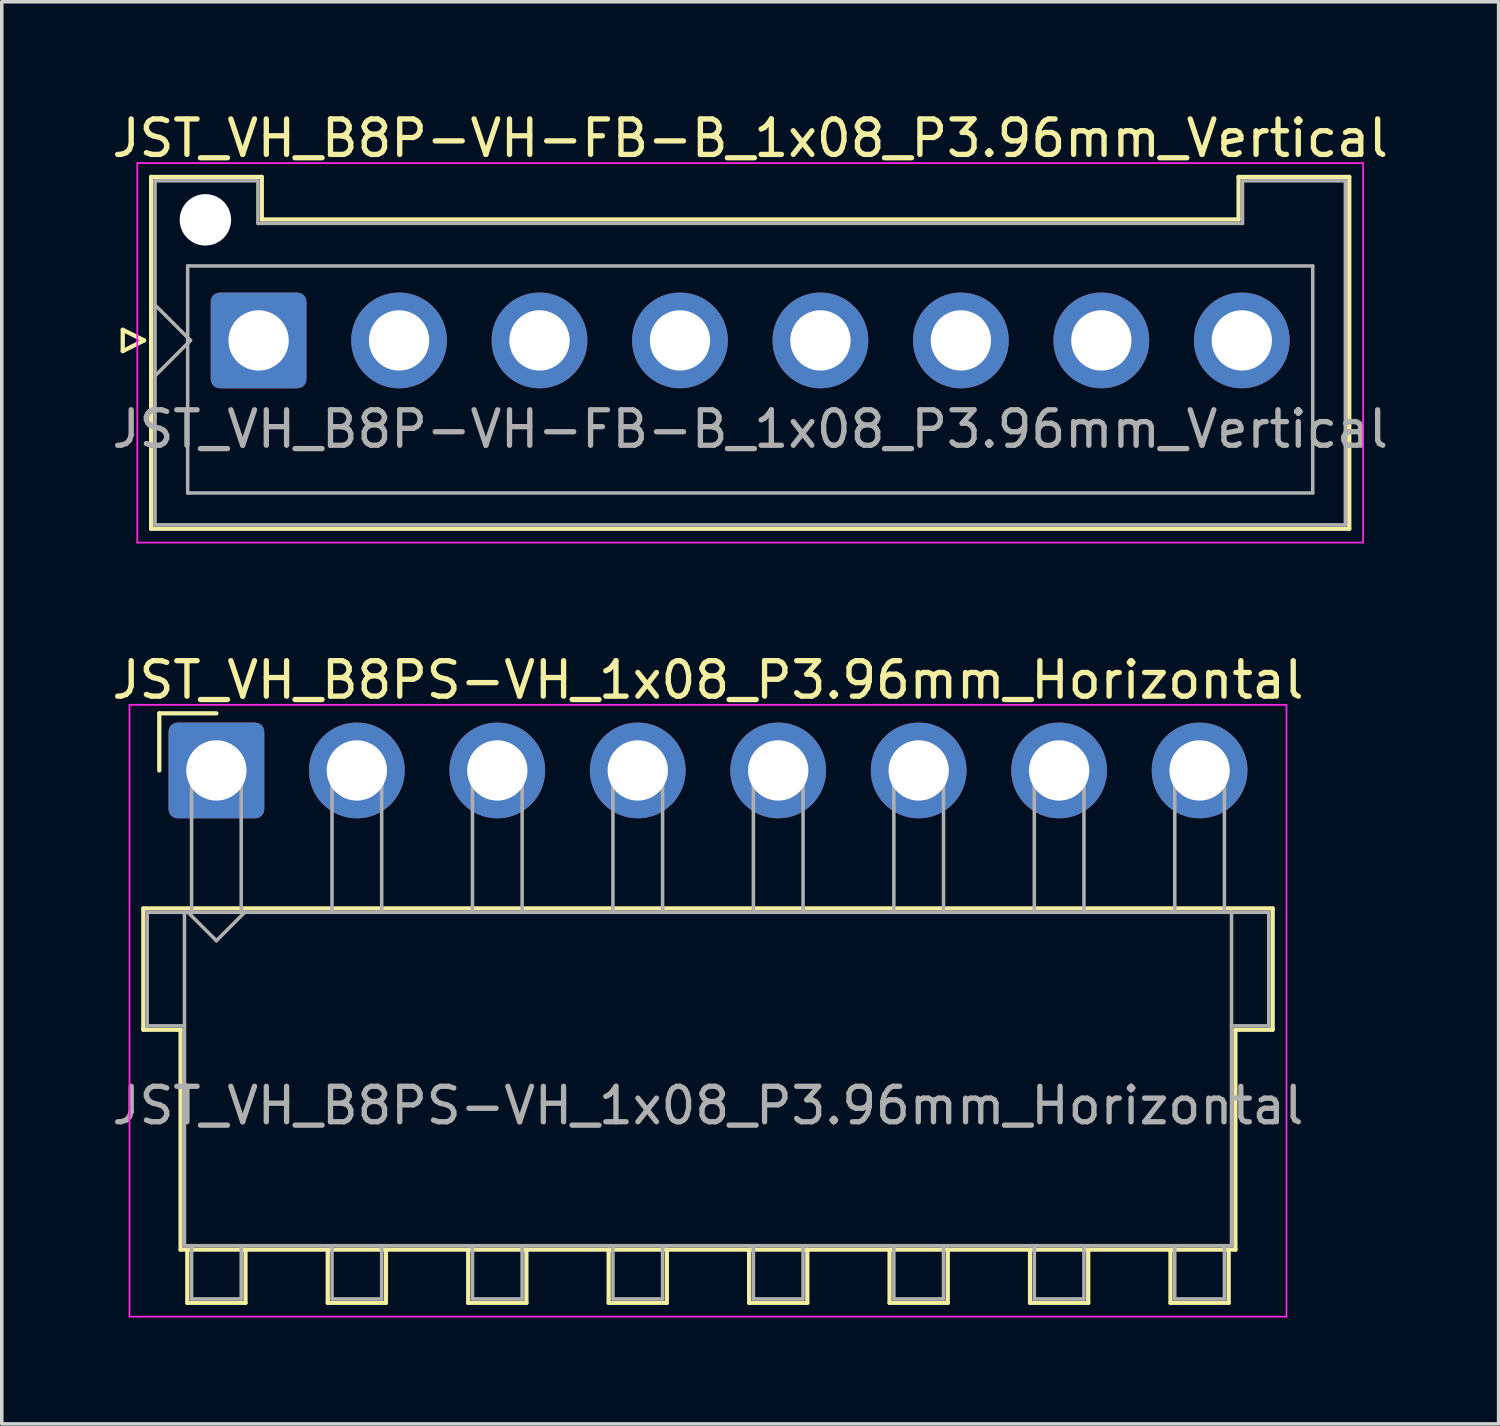
<source format=kicad_pcb>
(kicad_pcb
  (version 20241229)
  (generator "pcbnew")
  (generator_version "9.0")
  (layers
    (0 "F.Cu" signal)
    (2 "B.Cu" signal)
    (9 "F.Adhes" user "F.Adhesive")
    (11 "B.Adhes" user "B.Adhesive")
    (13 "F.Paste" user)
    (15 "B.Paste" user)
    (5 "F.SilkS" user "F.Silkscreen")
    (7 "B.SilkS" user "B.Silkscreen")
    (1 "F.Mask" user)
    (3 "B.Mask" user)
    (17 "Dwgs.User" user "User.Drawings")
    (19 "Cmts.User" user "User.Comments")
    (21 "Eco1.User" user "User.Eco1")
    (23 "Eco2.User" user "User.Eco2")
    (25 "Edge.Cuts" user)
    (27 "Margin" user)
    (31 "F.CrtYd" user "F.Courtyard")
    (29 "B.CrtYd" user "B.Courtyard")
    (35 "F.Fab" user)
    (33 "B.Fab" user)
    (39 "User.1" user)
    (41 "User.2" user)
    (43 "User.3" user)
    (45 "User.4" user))
  (footprint "JST_VH_B8P-VH-FB-B_1x08_P3.96mm_Vertical"
    (layer "F.Cu")
    (at 4.241 6.548)
    (property "Reference" "JST_VH_B8P-VH-FB-B_1x08_P3.96mm_Vertical" (at 13.86 -5.7 0) (layer "F.SilkS") (effects (font (size 1 1) (thickness 0.15))))
    (attr through_hole)
    (fp_line (start -3.83 -0.3) (end -3.23 0) (stroke (width 0.12) (type solid)) (layer "F.SilkS"))
    (fp_line (start -3.83 0.3) (end -3.83 -0.3) (stroke (width 0.12) (type solid)) (layer "F.SilkS"))
    (fp_line (start -3.23 0) (end -3.83 0.3) (stroke (width 0.12) (type solid)) (layer "F.SilkS"))
    (fp_line (start -3.03 -4.61) (end 0.09 -4.61) (stroke (width 0.12) (type solid)) (layer "F.SilkS"))
    (fp_line (start -3.03 5.31) (end -3.03 -4.61) (stroke (width 0.12) (type solid)) (layer "F.SilkS"))
    (fp_line (start 0.09 -4.61) (end 0.09 -3.41) (stroke (width 0.12) (type solid)) (layer "F.SilkS"))
    (fp_line (start 0.09 -3.41) (end 27.63 -3.41) (stroke (width 0.12) (type solid)) (layer "F.SilkS"))
    (fp_line (start 27.63 -4.61) (end 30.75 -4.61) (stroke (width 0.12) (type solid)) (layer "F.SilkS"))
    (fp_line (start 27.63 -3.41) (end 27.63 -4.61) (stroke (width 0.12) (type solid)) (layer "F.SilkS"))
    (fp_line (start 30.75 -4.61) (end 30.75 5.31) (stroke (width 0.12) (type solid)) (layer "F.SilkS"))
    (fp_line (start 30.75 5.31) (end -3.03 5.31) (stroke (width 0.12) (type solid)) (layer "F.SilkS"))
    (fp_line (start -3.42 -5) (end -3.42 5.7) (stroke (width 0.05) (type solid)) (layer "F.CrtYd"))
    (fp_line (start -3.42 5.7) (end 31.14 5.7) (stroke (width 0.05) (type solid)) (layer "F.CrtYd"))
    (fp_line (start 31.14 -5) (end -3.42 -5) (stroke (width 0.05) (type solid)) (layer "F.CrtYd"))
    (fp_line (start 31.14 5.7) (end 31.14 -5) (stroke (width 0.05) (type solid)) (layer "F.CrtYd"))
    (fp_line (start -2.92 -4.5) (end -0.02 -4.5) (stroke (width 0.1) (type solid)) (layer "F.Fab"))
    (fp_line (start -2.92 -1) (end -1.92 0) (stroke (width 0.1) (type solid)) (layer "F.Fab"))
    (fp_line (start -2.92 1) (end -1.92 0) (stroke (width 0.1) (type solid)) (layer "F.Fab"))
    (fp_line (start -2.92 5.2) (end -2.92 -4.5) (stroke (width 0.1) (type solid)) (layer "F.Fab"))
    (fp_line (start -2 -2.1) (end 29.72 -2.1) (stroke (width 0.1) (type solid)) (layer "F.Fab"))
    (fp_line (start -2 4.3) (end -2 -2.1) (stroke (width 0.1) (type solid)) (layer "F.Fab"))
    (fp_line (start -0.02 -4.5) (end -0.02 -3.3) (stroke (width 0.1) (type solid)) (layer "F.Fab"))
    (fp_line (start -0.02 -3.3) (end 27.74 -3.3) (stroke (width 0.1) (type solid)) (layer "F.Fab"))
    (fp_line (start 27.74 -4.5) (end 30.64 -4.5) (stroke (width 0.1) (type solid)) (layer "F.Fab"))
    (fp_line (start 27.74 -3.3) (end 27.74 -4.5) (stroke (width 0.1) (type solid)) (layer "F.Fab"))
    (fp_line (start 29.72 -2.1) (end 29.72 4.3) (stroke (width 0.1) (type solid)) (layer "F.Fab"))
    (fp_line (start 29.72 4.3) (end -2 4.3) (stroke (width 0.1) (type solid)) (layer "F.Fab"))
    (fp_line (start 30.64 -4.5) (end 30.64 5.2) (stroke (width 0.1) (type solid)) (layer "F.Fab"))
    (fp_line (start 30.64 5.2) (end -2.92 5.2) (stroke (width 0.1) (type solid)) (layer "F.Fab"))
    (fp_text user "${REFERENCE}" (at 13.86 2.5 0) (layer "F.Fab") (effects (font (size 1 1) (thickness 0.15))))
    (pad "" np_thru_hole circle (at -1.5 -3.4) (size 1.45 1.45) (drill 1.45) (layers "*.Cu" "*.Mask"))
    (pad "1" thru_hole roundrect (at 0 0) (size 2.7 2.7) (drill 1.7) (layers "*.Cu" "*.Mask") (roundrect_rratio 0.093))
    (pad "2" thru_hole circle (at 3.96 0) (size 2.7 2.7) (drill 1.7) (layers "*.Cu" "*.Mask"))
    (pad "3" thru_hole circle (at 7.92 0) (size 2.7 2.7) (drill 1.7) (layers "*.Cu" "*.Mask"))
    (pad "4" thru_hole circle (at 11.88 0) (size 2.7 2.7) (drill 1.7) (layers "*.Cu" "*.Mask"))
    (pad "5" thru_hole circle (at 15.84 0) (size 2.7 2.7) (drill 1.7) (layers "*.Cu" "*.Mask"))
    (pad "6" thru_hole circle (at 19.8 0) (size 2.7 2.7) (drill 1.7) (layers "*.Cu" "*.Mask"))
    (pad "7" thru_hole circle (at 23.76 0) (size 2.7 2.7) (drill 1.7) (layers "*.Cu" "*.Mask"))
    (pad "8" thru_hole circle (at 27.72 0) (size 2.7 2.7) (drill 1.7) (layers "*.Cu" "*.Mask")))
  (footprint "JST_VH_B8PS-VH_1x08_P3.96mm_Horizontal"
    (layer "F.Cu")
    (at 3.051 18.672)
    (property "Reference" "JST_VH_B8PS-VH_1x08_P3.96mm_Horizontal" (at 13.86 -2.55 0) (layer "F.SilkS") (effects (font (size 1 1) (thickness 0.15))))
    (attr through_hole)
    (fp_line (start -2.06 3.89) (end 29.78 3.89) (stroke (width 0.12) (type solid)) (layer "F.SilkS"))
    (fp_line (start -2.06 7.31) (end -2.06 3.89) (stroke (width 0.12) (type solid)) (layer "F.SilkS"))
    (fp_line (start -1.61 -1.61) (end -1.61 0) (stroke (width 0.12) (type solid)) (layer "F.SilkS"))
    (fp_line (start -1.01 7.31) (end -2.06 7.31) (stroke (width 0.12) (type solid)) (layer "F.SilkS"))
    (fp_line (start -1.01 13.51) (end -1.01 7.31) (stroke (width 0.12) (type solid)) (layer "F.SilkS"))
    (fp_line (start -0.82 13.51) (end -0.82 15.01) (stroke (width 0.12) (type solid)) (layer "F.SilkS"))
    (fp_line (start -0.82 15.01) (end 0.82 15.01) (stroke (width 0.12) (type solid)) (layer "F.SilkS"))
    (fp_line (start 0 -1.61) (end -1.61 -1.61) (stroke (width 0.12) (type solid)) (layer "F.SilkS"))
    (fp_line (start 0.82 15.01) (end 0.82 13.51) (stroke (width 0.12) (type solid)) (layer "F.SilkS"))
    (fp_line (start 3.14 13.51) (end 3.14 15.01) (stroke (width 0.12) (type solid)) (layer "F.SilkS"))
    (fp_line (start 3.14 15.01) (end 4.78 15.01) (stroke (width 0.12) (type solid)) (layer "F.SilkS"))
    (fp_line (start 4.78 15.01) (end 4.78 13.51) (stroke (width 0.12) (type solid)) (layer "F.SilkS"))
    (fp_line (start 7.1 13.51) (end 7.1 15.01) (stroke (width 0.12) (type solid)) (layer "F.SilkS"))
    (fp_line (start 7.1 15.01) (end 8.74 15.01) (stroke (width 0.12) (type solid)) (layer "F.SilkS"))
    (fp_line (start 8.74 15.01) (end 8.74 13.51) (stroke (width 0.12) (type solid)) (layer "F.SilkS"))
    (fp_line (start 11.06 13.51) (end 11.06 15.01) (stroke (width 0.12) (type solid)) (layer "F.SilkS"))
    (fp_line (start 11.06 15.01) (end 12.7 15.01) (stroke (width 0.12) (type solid)) (layer "F.SilkS"))
    (fp_line (start 12.7 15.01) (end 12.7 13.51) (stroke (width 0.12) (type solid)) (layer "F.SilkS"))
    (fp_line (start 15.02 13.51) (end 15.02 15.01) (stroke (width 0.12) (type solid)) (layer "F.SilkS"))
    (fp_line (start 15.02 15.01) (end 16.66 15.01) (stroke (width 0.12) (type solid)) (layer "F.SilkS"))
    (fp_line (start 16.66 15.01) (end 16.66 13.51) (stroke (width 0.12) (type solid)) (layer "F.SilkS"))
    (fp_line (start 18.98 13.51) (end 18.98 15.01) (stroke (width 0.12) (type solid)) (layer "F.SilkS"))
    (fp_line (start 18.98 15.01) (end 20.62 15.01) (stroke (width 0.12) (type solid)) (layer "F.SilkS"))
    (fp_line (start 20.62 15.01) (end 20.62 13.51) (stroke (width 0.12) (type solid)) (layer "F.SilkS"))
    (fp_line (start 22.94 13.51) (end 22.94 15.01) (stroke (width 0.12) (type solid)) (layer "F.SilkS"))
    (fp_line (start 22.94 15.01) (end 24.58 15.01) (stroke (width 0.12) (type solid)) (layer "F.SilkS"))
    (fp_line (start 24.58 15.01) (end 24.58 13.51) (stroke (width 0.12) (type solid)) (layer "F.SilkS"))
    (fp_line (start 26.9 13.51) (end 26.9 15.01) (stroke (width 0.12) (type solid)) (layer "F.SilkS"))
    (fp_line (start 26.9 15.01) (end 28.54 15.01) (stroke (width 0.12) (type solid)) (layer "F.SilkS"))
    (fp_line (start 28.54 15.01) (end 28.54 13.51) (stroke (width 0.12) (type solid)) (layer "F.SilkS"))
    (fp_line (start 28.73 7.31) (end 28.73 13.51) (stroke (width 0.12) (type solid)) (layer "F.SilkS"))
    (fp_line (start 28.73 13.51) (end -1.01 13.51) (stroke (width 0.12) (type solid)) (layer "F.SilkS"))
    (fp_line (start 29.78 3.89) (end 29.78 7.31) (stroke (width 0.12) (type solid)) (layer "F.SilkS"))
    (fp_line (start 29.78 7.31) (end 28.73 7.31) (stroke (width 0.12) (type solid)) (layer "F.SilkS"))
    (fp_line (start -2.45 -1.85) (end -2.45 15.4) (stroke (width 0.05) (type solid)) (layer "F.CrtYd"))
    (fp_line (start -2.45 15.4) (end 30.17 15.4) (stroke (width 0.05) (type solid)) (layer "F.CrtYd"))
    (fp_line (start 30.17 -1.85) (end -2.45 -1.85) (stroke (width 0.05) (type solid)) (layer "F.CrtYd"))
    (fp_line (start 30.17 15.4) (end 30.17 -1.85) (stroke (width 0.05) (type solid)) (layer "F.CrtYd"))
    (fp_line (start -1.95 4) (end -0.9 4) (stroke (width 0.1) (type solid)) (layer "F.Fab"))
    (fp_line (start -1.95 7.2) (end -1.95 4) (stroke (width 0.1) (type solid)) (layer "F.Fab"))
    (fp_line (start -0.9 4) (end -0.9 13.4) (stroke (width 0.1) (type solid)) (layer "F.Fab"))
    (fp_line (start -0.9 7.2) (end -1.95 7.2) (stroke (width 0.1) (type solid)) (layer "F.Fab"))
    (fp_line (start -0.9 13.4) (end 28.62 13.4) (stroke (width 0.1) (type solid)) (layer "F.Fab"))
    (fp_line (start -0.8 4) (end 0 4.8) (stroke (width 0.1) (type solid)) (layer "F.Fab"))
    (fp_line (start -0.7 0) (end 0.7 0) (stroke (width 0.1) (type solid)) (layer "F.Fab"))
    (fp_line (start -0.7 4) (end -0.7 0) (stroke (width 0.1) (type solid)) (layer "F.Fab"))
    (fp_line (start -0.7 13.4) (end -0.7 14.9) (stroke (width 0.1) (type solid)) (layer "F.Fab"))
    (fp_line (start -0.7 14.9) (end 0.7 14.9) (stroke (width 0.1) (type solid)) (layer "F.Fab"))
    (fp_line (start 0 4.8) (end 0.8 4) (stroke (width 0.1) (type solid)) (layer "F.Fab"))
    (fp_line (start 0.7 0) (end 0.7 4) (stroke (width 0.1) (type solid)) (layer "F.Fab"))
    (fp_line (start 0.7 14.9) (end 0.7 13.4) (stroke (width 0.1) (type solid)) (layer "F.Fab"))
    (fp_line (start 3.26 0) (end 4.66 0) (stroke (width 0.1) (type solid)) (layer "F.Fab"))
    (fp_line (start 3.26 4) (end 3.26 0) (stroke (width 0.1) (type solid)) (layer "F.Fab"))
    (fp_line (start 3.26 13.4) (end 3.26 14.9) (stroke (width 0.1) (type solid)) (layer "F.Fab"))
    (fp_line (start 3.26 14.9) (end 4.66 14.9) (stroke (width 0.1) (type solid)) (layer "F.Fab"))
    (fp_line (start 4.66 0) (end 4.66 4) (stroke (width 0.1) (type solid)) (layer "F.Fab"))
    (fp_line (start 4.66 14.9) (end 4.66 13.4) (stroke (width 0.1) (type solid)) (layer "F.Fab"))
    (fp_line (start 7.22 0) (end 8.62 0) (stroke (width 0.1) (type solid)) (layer "F.Fab"))
    (fp_line (start 7.22 4) (end 7.22 0) (stroke (width 0.1) (type solid)) (layer "F.Fab"))
    (fp_line (start 7.22 13.4) (end 7.22 14.9) (stroke (width 0.1) (type solid)) (layer "F.Fab"))
    (fp_line (start 7.22 14.9) (end 8.62 14.9) (stroke (width 0.1) (type solid)) (layer "F.Fab"))
    (fp_line (start 8.62 0) (end 8.62 4) (stroke (width 0.1) (type solid)) (layer "F.Fab"))
    (fp_line (start 8.62 14.9) (end 8.62 13.4) (stroke (width 0.1) (type solid)) (layer "F.Fab"))
    (fp_line (start 11.18 0) (end 12.58 0) (stroke (width 0.1) (type solid)) (layer "F.Fab"))
    (fp_line (start 11.18 4) (end 11.18 0) (stroke (width 0.1) (type solid)) (layer "F.Fab"))
    (fp_line (start 11.18 13.4) (end 11.18 14.9) (stroke (width 0.1) (type solid)) (layer "F.Fab"))
    (fp_line (start 11.18 14.9) (end 12.58 14.9) (stroke (width 0.1) (type solid)) (layer "F.Fab"))
    (fp_line (start 12.58 0) (end 12.58 4) (stroke (width 0.1) (type solid)) (layer "F.Fab"))
    (fp_line (start 12.58 14.9) (end 12.58 13.4) (stroke (width 0.1) (type solid)) (layer "F.Fab"))
    (fp_line (start 15.14 0) (end 16.54 0) (stroke (width 0.1) (type solid)) (layer "F.Fab"))
    (fp_line (start 15.14 4) (end 15.14 0) (stroke (width 0.1) (type solid)) (layer "F.Fab"))
    (fp_line (start 15.14 13.4) (end 15.14 14.9) (stroke (width 0.1) (type solid)) (layer "F.Fab"))
    (fp_line (start 15.14 14.9) (end 16.54 14.9) (stroke (width 0.1) (type solid)) (layer "F.Fab"))
    (fp_line (start 16.54 0) (end 16.54 4) (stroke (width 0.1) (type solid)) (layer "F.Fab"))
    (fp_line (start 16.54 14.9) (end 16.54 13.4) (stroke (width 0.1) (type solid)) (layer "F.Fab"))
    (fp_line (start 19.1 0) (end 20.5 0) (stroke (width 0.1) (type solid)) (layer "F.Fab"))
    (fp_line (start 19.1 4) (end 19.1 0) (stroke (width 0.1) (type solid)) (layer "F.Fab"))
    (fp_line (start 19.1 13.4) (end 19.1 14.9) (stroke (width 0.1) (type solid)) (layer "F.Fab"))
    (fp_line (start 19.1 14.9) (end 20.5 14.9) (stroke (width 0.1) (type solid)) (layer "F.Fab"))
    (fp_line (start 20.5 0) (end 20.5 4) (stroke (width 0.1) (type solid)) (layer "F.Fab"))
    (fp_line (start 20.5 14.9) (end 20.5 13.4) (stroke (width 0.1) (type solid)) (layer "F.Fab"))
    (fp_line (start 23.06 0) (end 24.46 0) (stroke (width 0.1) (type solid)) (layer "F.Fab"))
    (fp_line (start 23.06 4) (end 23.06 0) (stroke (width 0.1) (type solid)) (layer "F.Fab"))
    (fp_line (start 23.06 13.4) (end 23.06 14.9) (stroke (width 0.1) (type solid)) (layer "F.Fab"))
    (fp_line (start 23.06 14.9) (end 24.46 14.9) (stroke (width 0.1) (type solid)) (layer "F.Fab"))
    (fp_line (start 24.46 0) (end 24.46 4) (stroke (width 0.1) (type solid)) (layer "F.Fab"))
    (fp_line (start 24.46 14.9) (end 24.46 13.4) (stroke (width 0.1) (type solid)) (layer "F.Fab"))
    (fp_line (start 27.02 0) (end 28.42 0) (stroke (width 0.1) (type solid)) (layer "F.Fab"))
    (fp_line (start 27.02 4) (end 27.02 0) (stroke (width 0.1) (type solid)) (layer "F.Fab"))
    (fp_line (start 27.02 13.4) (end 27.02 14.9) (stroke (width 0.1) (type solid)) (layer "F.Fab"))
    (fp_line (start 27.02 14.9) (end 28.42 14.9) (stroke (width 0.1) (type solid)) (layer "F.Fab"))
    (fp_line (start 28.42 0) (end 28.42 4) (stroke (width 0.1) (type solid)) (layer "F.Fab"))
    (fp_line (start 28.42 14.9) (end 28.42 13.4) (stroke (width 0.1) (type solid)) (layer "F.Fab"))
    (fp_line (start 28.62 4) (end -0.9 4) (stroke (width 0.1) (type solid)) (layer "F.Fab"))
    (fp_line (start 28.62 4) (end 29.67 4) (stroke (width 0.1) (type solid)) (layer "F.Fab"))
    (fp_line (start 28.62 13.4) (end 28.62 4) (stroke (width 0.1) (type solid)) (layer "F.Fab"))
    (fp_line (start 29.67 4) (end 29.67 7.2) (stroke (width 0.1) (type solid)) (layer "F.Fab"))
    (fp_line (start 29.67 7.2) (end 28.62 7.2) (stroke (width 0.1) (type solid)) (layer "F.Fab"))
    (fp_text user "${REFERENCE}" (at 13.86 9.45 0) (layer "F.Fab") (effects (font (size 1 1) (thickness 0.15))))
    (pad "1" thru_hole roundrect (at 0 0) (size 2.7 2.7) (drill 1.7) (layers "*.Cu" "*.Mask") (roundrect_rratio 0.093))
    (pad "2" thru_hole circle (at 3.96 0) (size 2.7 2.7) (drill 1.7) (layers "*.Cu" "*.Mask"))
    (pad "3" thru_hole circle (at 7.92 0) (size 2.7 2.7) (drill 1.7) (layers "*.Cu" "*.Mask"))
    (pad "4" thru_hole circle (at 11.88 0) (size 2.7 2.7) (drill 1.7) (layers "*.Cu" "*.Mask"))
    (pad "5" thru_hole circle (at 15.84 0) (size 2.7 2.7) (drill 1.7) (layers "*.Cu" "*.Mask"))
    (pad "6" thru_hole circle (at 19.8 0) (size 2.7 2.7) (drill 1.7) (layers "*.Cu" "*.Mask"))
    (pad "7" thru_hole circle (at 23.76 0) (size 2.7 2.7) (drill 1.7) (layers "*.Cu" "*.Mask"))
    (pad "8" thru_hole circle (at 27.72 0) (size 2.7 2.7) (drill 1.7) (layers "*.Cu" "*.Mask")))
  (gr_rect
    (start -3 -3)
    (end 39.202 37.096)
    (stroke (width 0.1) (type default))
    (fill no)
    (layer "Edge.Cuts")))
</source>
